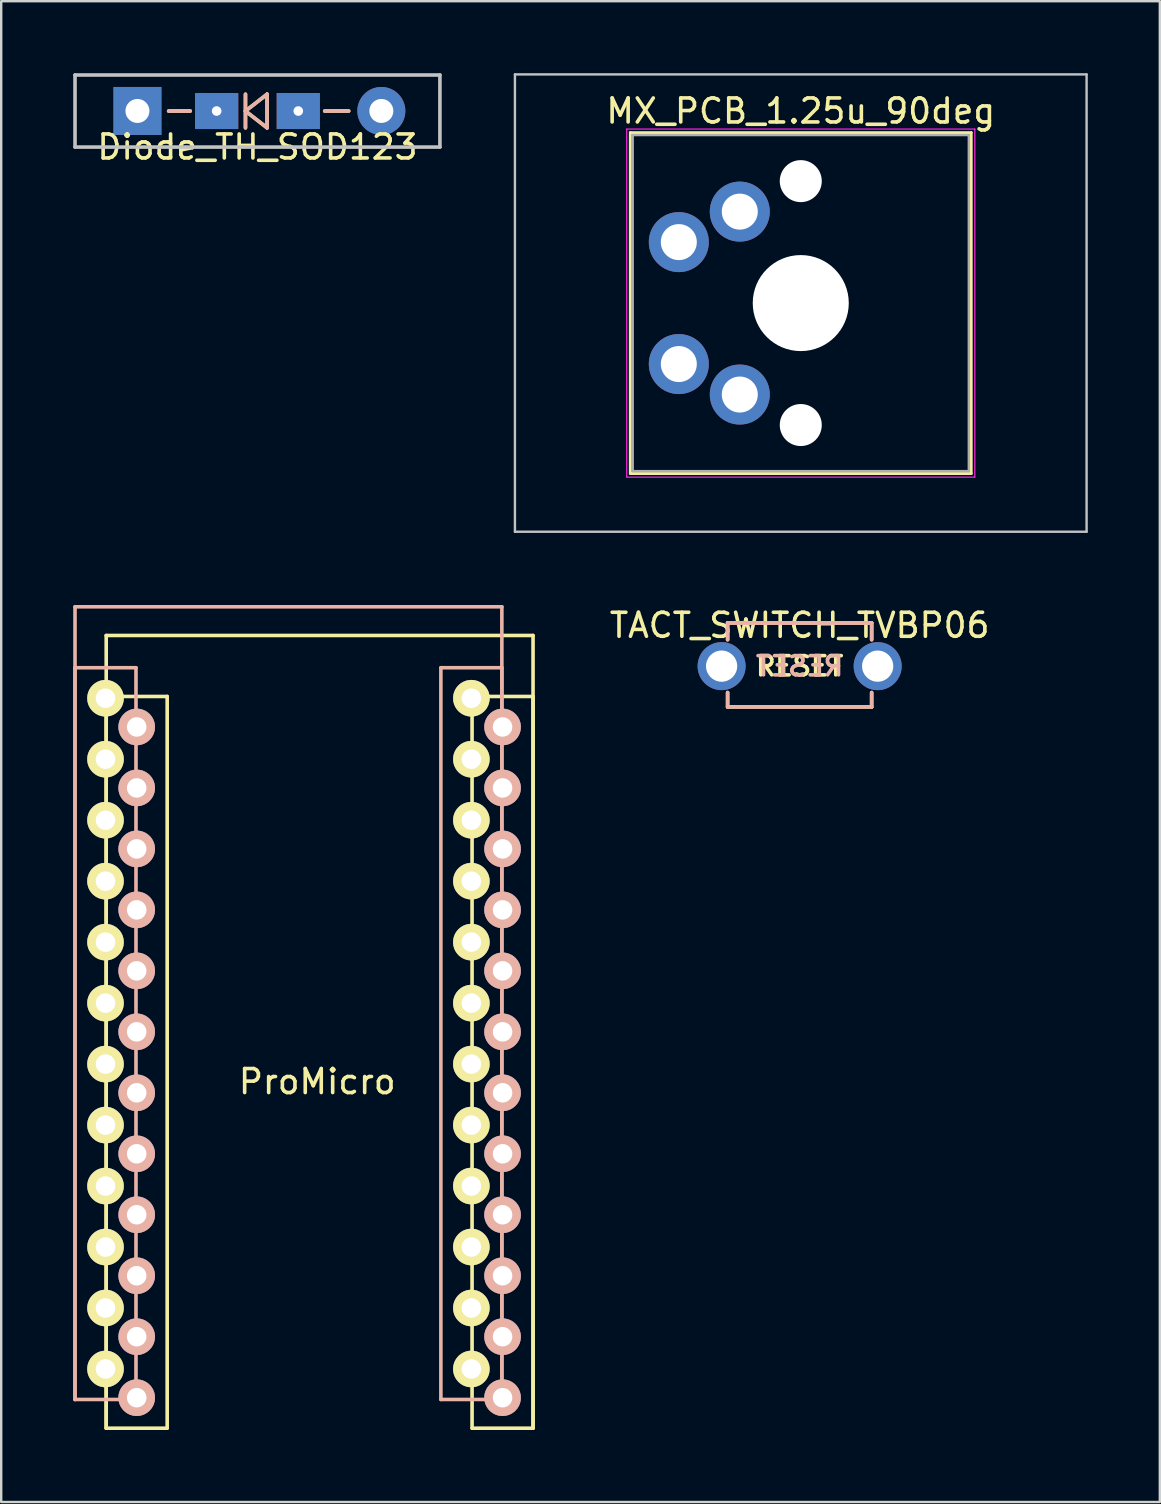
<source format=kicad_pcb>
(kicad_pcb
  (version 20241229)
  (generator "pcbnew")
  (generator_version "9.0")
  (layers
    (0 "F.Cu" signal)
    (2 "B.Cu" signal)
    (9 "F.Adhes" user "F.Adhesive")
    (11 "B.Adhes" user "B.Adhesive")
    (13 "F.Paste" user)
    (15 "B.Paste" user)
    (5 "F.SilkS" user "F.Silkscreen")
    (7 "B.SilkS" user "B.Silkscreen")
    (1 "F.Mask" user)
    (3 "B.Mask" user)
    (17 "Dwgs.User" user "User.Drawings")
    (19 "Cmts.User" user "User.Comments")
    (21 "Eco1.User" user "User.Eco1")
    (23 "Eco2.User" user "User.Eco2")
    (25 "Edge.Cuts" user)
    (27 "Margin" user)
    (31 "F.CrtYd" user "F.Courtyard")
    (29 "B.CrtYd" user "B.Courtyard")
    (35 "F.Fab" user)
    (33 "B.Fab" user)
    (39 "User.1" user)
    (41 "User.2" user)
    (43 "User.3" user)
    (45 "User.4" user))
  (footprint "Diode_TH_SOD123"
    (placed yes)
    (layer "F.Cu")
    (at 7.675 1.575)
    (property "Reference" "Diode_TH_SOD123" (at 0 1.5 0) (layer "F.SilkS") (effects (font (size 1 1) (thickness 0.15))))
    (attr through_hole)
    (fp_line (start -3.7 0) (end -2.8 0) (stroke (width 0.15) (type solid)) (layer "F.SilkS"))
    (fp_line (start -0.5 -0.7) (end -0.5 0.7) (stroke (width 0.15) (type solid)) (layer "F.SilkS"))
    (fp_line (start -0.5 0) (end 0.4 -0.7) (stroke (width 0.15) (type solid)) (layer "F.SilkS"))
    (fp_line (start 0.4 -0.7) (end 0.4 0.7) (stroke (width 0.15) (type solid)) (layer "F.SilkS"))
    (fp_line (start 0.4 0.7) (end -0.5 0) (stroke (width 0.15) (type solid)) (layer "F.SilkS"))
    (fp_line (start 2.8 0) (end 3.8 0) (stroke (width 0.15) (type solid)) (layer "F.SilkS"))
    (fp_line (start -2.8 0) (end -3.7 0) (stroke (width 0.15) (type solid)) (layer "B.SilkS"))
    (fp_line (start -0.5 -0.7) (end -0.5 0.7) (stroke (width 0.15) (type solid)) (layer "B.SilkS"))
    (fp_line (start -0.5 0) (end 0.4 -0.7) (stroke (width 0.15) (type solid)) (layer "B.SilkS"))
    (fp_line (start 0.4 -0.7) (end 0.4 0.7) (stroke (width 0.15) (type solid)) (layer "B.SilkS"))
    (fp_line (start 0.4 0.7) (end -0.5 0) (stroke (width 0.15) (type solid)) (layer "B.SilkS"))
    (fp_line (start 2.8 0) (end 3.8 0) (stroke (width 0.15) (type solid)) (layer "B.SilkS"))
    (fp_line (start -7.6 -1.5) (end -7.6 1.5) (stroke (width 0.15) (type solid)) (layer "Dwgs.User"))
    (fp_line (start -7.6 -1.5) (end 7.6 -1.5) (stroke (width 0.15) (type solid)) (layer "Dwgs.User"))
    (fp_line (start -7.6 1.5) (end 7.6 1.5) (stroke (width 0.15) (type solid)) (layer "Dwgs.User"))
    (fp_line (start 7.6 -1.5) (end 7.6 1.5) (stroke (width 0.15) (type solid)) (layer "Dwgs.User"))
    (pad "1" thru_hole rect (at -5 -0.003 180) (size 1.999 1.999) (drill 1) (layers "*.Cu" "*.Mask"))
    (pad "1" thru_hole rect (at -1.7 0) (size 1.8 1.5) (drill 0.4) (layers "*.Cu" "*.Mask"))
    (pad "2" thru_hole rect (at 1.7 0) (size 1.8 1.5) (drill 0.4) (layers "*.Cu" "*.Mask"))
    (pad "2" thru_hole circle (at 5.16 -0.003 180) (size 1.999 1.999) (drill 1) (layers "*.Cu" "*.Mask")))
  (footprint "TACT_SWITCH_TVBP06"
    (layer "F.Cu")
    (at 30.259 24.698)
    (property "Reference" "TACT_SWITCH_TVBP06" (at 0 -1.7 0) (layer "F.SilkS") (effects (font (size 1 1) (thickness 0.15))))
    (attr through_hole)
    (fp_line (start -3 -1.8) (end -3 -1.1) (stroke (width 0.15) (type solid)) (layer "F.SilkS"))
    (fp_line (start -3 1.7) (end -3 1.1) (stroke (width 0.15) (type solid)) (layer "F.SilkS"))
    (fp_line (start -3 1.7) (end 3 1.7) (stroke (width 0.15) (type solid)) (layer "F.SilkS"))
    (fp_line (start 3 -1.8) (end -3 -1.8) (stroke (width 0.15) (type solid)) (layer "F.SilkS"))
    (fp_line (start 3 -1.8) (end 3 -1.1) (stroke (width 0.15) (type solid)) (layer "F.SilkS"))
    (fp_line (start 3 1.7) (end 3 1.1) (stroke (width 0.15) (type solid)) (layer "F.SilkS"))
    (fp_line (start -3 -1.8) (end -3 -1.1) (stroke (width 0.15) (type solid)) (layer "B.SilkS"))
    (fp_line (start -3 -1.8) (end 2.9 -1.8) (stroke (width 0.15) (type solid)) (layer "B.SilkS"))
    (fp_line (start -3 -1.8) (end 3 -1.8) (stroke (width 0.15) (type solid)) (layer "B.SilkS"))
    (fp_line (start -3 1.7) (end -3 1.1) (stroke (width 0.15) (type solid)) (layer "B.SilkS"))
    (fp_line (start 3 -1.8) (end 3 -1.1) (stroke (width 0.15) (type solid)) (layer "B.SilkS"))
    (fp_line (start 3 1.7) (end -3 1.7) (stroke (width 0.15) (type solid)) (layer "B.SilkS"))
    (fp_line (start 3 1.7) (end 3 1.1) (stroke (width 0.15) (type solid)) (layer "B.SilkS"))
    (fp_text user "RESET" (at 0 0 180) (layer "F.SilkS") (effects (font (size 0.8 0.8) (thickness 0.15))))
    (fp_text user "RESET" (at 0 0 0) (layer "B.SilkS") (effects (font (size 0.8 0.8) (thickness 0.15)) (justify mirror)))
    (pad "1" thru_hole circle (at -3.25 0) (size 2 2) (drill 1.3) (layers "*.Cu" "*.Mask"))
    (pad "2" thru_hole circle (at 3.25 0) (size 2 2) (drill 1.3) (layers "*.Cu" "*.Mask")))
  (footprint "MX_PCB_1.25u_90deg"
    (layer "F.Cu")
    (at 30.306 9.575)
    (property "Reference" "MX_PCB_1.25u_90deg" (at 0 -8 0) (layer "F.SilkS") (effects (font (size 1 1) (thickness 0.15))))
    (attr through_hole)
    (fp_line (start -7.1 -7.1) (end -7.1 7.1) (stroke (width 0.12) (type solid)) (layer "F.SilkS"))
    (fp_line (start -7.1 7.1) (end 7.1 7.1) (stroke (width 0.12) (type solid)) (layer "F.SilkS"))
    (fp_line (start 7.1 -7.1) (end -7.1 -7.1) (stroke (width 0.12) (type solid)) (layer "F.SilkS"))
    (fp_line (start 7.1 7.1) (end 7.1 -7.1) (stroke (width 0.12) (type solid)) (layer "F.SilkS"))
    (fp_line (start -11.906 -9.525) (end -11.906 9.525) (stroke (width 0.1) (type solid)) (layer "Dwgs.User"))
    (fp_line (start -11.906 9.525) (end 11.906 9.525) (stroke (width 0.1) (type solid)) (layer "Dwgs.User"))
    (fp_line (start 11.906 -9.525) (end -11.906 -9.525) (stroke (width 0.1) (type solid)) (layer "Dwgs.User"))
    (fp_line (start 11.906 9.525) (end 11.906 -9.525) (stroke (width 0.1) (type solid)) (layer "Dwgs.User"))
    (fp_line (start -7 -7) (end -7 7) (stroke (width 0.1) (type solid)) (layer "Eco1.User"))
    (fp_line (start -7 7) (end 7 7) (stroke (width 0.1) (type solid)) (layer "Eco1.User"))
    (fp_line (start 7 -7) (end -7 -7) (stroke (width 0.1) (type solid)) (layer "Eco1.User"))
    (fp_line (start 7 7) (end 7 -7) (stroke (width 0.1) (type solid)) (layer "Eco1.User"))
    (fp_line (start -7.25 -7.25) (end -7.25 7.25) (stroke (width 0.05) (type solid)) (layer "F.CrtYd"))
    (fp_line (start -7.25 7.25) (end 7.25 7.25) (stroke (width 0.05) (type solid)) (layer "F.CrtYd"))
    (fp_line (start 7.25 -7.25) (end -7.25 -7.25) (stroke (width 0.05) (type solid)) (layer "F.CrtYd"))
    (fp_line (start 7.25 7.25) (end 7.25 -7.25) (stroke (width 0.05) (type solid)) (layer "F.CrtYd"))
    (fp_line (start -7 -7) (end -7 7) (stroke (width 0.1) (type solid)) (layer "F.Fab"))
    (fp_line (start -7 7) (end 7 7) (stroke (width 0.1) (type solid)) (layer "F.Fab"))
    (fp_line (start 7 -7) (end -7 -7) (stroke (width 0.1) (type solid)) (layer "F.Fab"))
    (fp_line (start 7 7) (end 7 -7) (stroke (width 0.1) (type solid)) (layer "F.Fab"))
    (pad "" np_thru_hole circle (at 0 -5.08 90) (size 1.75 1.75) (drill 1.75) (layers "*.Cu" "*.Mask"))
    (pad "" np_thru_hole circle (at 0 0 90) (size 4 4) (drill 4) (layers "*.Cu" "*.Mask"))
    (pad "" np_thru_hole circle (at 0 5.08 90) (size 1.75 1.75) (drill 1.75) (layers "*.Cu" "*.Mask"))
    (pad "1" thru_hole circle (at -5.08 2.54 180) (size 2.5 2.5) (drill 1.5) (layers "*.Cu" "*.Mask"))
    (pad "1" thru_hole circle (at -2.54 3.81 90) (size 2.5 2.5) (drill 1.5) (layers "*.Cu" "*.Mask"))
    (pad "2" thru_hole circle (at -5.08 -2.54 90) (size 2.5 2.5) (drill 1.5) (layers "*.Cu" "*.Mask"))
    (pad "2" thru_hole circle (at -2.54 -3.81 90) (size 2.5 2.5) (drill 1.5) (layers "*.Cu" "*.Mask")))
  (footprint "ProMicro"
    (layer "F.Cu")
    (at 10.165 40.805)
    (property "Reference" "ProMicro" (at 0 1.2 0) (layer "F.SilkS") (effects (font (size 1 1) (thickness 0.15))))
    (attr through_hole)
    (fp_line (start -8.791 -17.384) (end -8.791 15.636) (stroke (width 0.15) (type solid)) (layer "F.SilkS"))
    (fp_line (start -8.791 -14.844) (end -8.791 15.636) (stroke (width 0.15) (type solid)) (layer "F.SilkS"))
    (fp_line (start -8.791 15.636) (end -6.251 15.636) (stroke (width 0.15) (type solid)) (layer "F.SilkS"))
    (fp_line (start -6.251 -14.844) (end -8.791 -14.844) (stroke (width 0.15) (type solid)) (layer "F.SilkS"))
    (fp_line (start -6.251 15.636) (end -6.251 -14.844) (stroke (width 0.15) (type solid)) (layer "F.SilkS"))
    (fp_line (start 6.449 -14.844) (end 6.449 15.636) (stroke (width 0.15) (type solid)) (layer "F.SilkS"))
    (fp_line (start 6.449 15.636) (end 8.989 15.636) (stroke (width 0.15) (type solid)) (layer "F.SilkS"))
    (fp_line (start 8.989 -17.384) (end -8.791 -17.384) (stroke (width 0.15) (type solid)) (layer "F.SilkS"))
    (fp_line (start 8.989 -14.844) (end 6.449 -14.844) (stroke (width 0.15) (type solid)) (layer "F.SilkS"))
    (fp_line (start 8.989 15.636) (end 8.989 -17.384) (stroke (width 0.15) (type solid)) (layer "F.SilkS"))
    (fp_line (start 8.989 15.636) (end 8.989 -14.844) (stroke (width 0.15) (type solid)) (layer "F.SilkS"))
    (fp_line (start -10.09 -18.58) (end 7.69 -18.58) (stroke (width 0.15) (type solid)) (layer "B.SilkS"))
    (fp_line (start -10.09 -16.04) (end -7.55 -16.04) (stroke (width 0.15) (type solid)) (layer "B.SilkS"))
    (fp_line (start -10.09 14.44) (end -10.09 -18.58) (stroke (width 0.15) (type solid)) (layer "B.SilkS"))
    (fp_line (start -10.09 14.44) (end -10.09 -16.04) (stroke (width 0.15) (type solid)) (layer "B.SilkS"))
    (fp_line (start -7.55 -16.04) (end -7.55 14.44) (stroke (width 0.15) (type solid)) (layer "B.SilkS"))
    (fp_line (start -7.55 14.44) (end -10.09 14.44) (stroke (width 0.15) (type solid)) (layer "B.SilkS"))
    (fp_line (start 5.15 -16.04) (end 7.69 -16.04) (stroke (width 0.15) (type solid)) (layer "B.SilkS"))
    (fp_line (start 5.15 14.44) (end 5.15 -16.04) (stroke (width 0.15) (type solid)) (layer "B.SilkS"))
    (fp_line (start 7.69 -18.58) (end 7.69 14.44) (stroke (width 0.15) (type solid)) (layer "B.SilkS"))
    (fp_line (start 7.69 -16.04) (end 7.69 14.44) (stroke (width 0.15) (type solid)) (layer "B.SilkS"))
    (fp_line (start 7.69 14.44) (end 5.15 14.44) (stroke (width 0.15) (type solid)) (layer "B.SilkS"))
    (pad "1" thru_hole circle (at -8.82 -14.77) (size 1.524 1.524) (drill 0.813) (layers "*.Cu" "*.Mask" "F.SilkS"))
    (pad "1" thru_hole circle (at 7.719 -13.574 180) (size 1.524 1.524) (drill 0.813) (layers "*.Cu" "*.Mask" "B.SilkS"))
    (pad "2" thru_hole circle (at -8.82 -12.23) (size 1.524 1.524) (drill 0.813) (layers "*.Cu" "*.Mask" "F.SilkS"))
    (pad "2" thru_hole circle (at 7.719 -11.034 180) (size 1.524 1.524) (drill 0.813) (layers "*.Cu" "*.Mask" "B.SilkS"))
    (pad "3" thru_hole circle (at -8.82 -9.69) (size 1.524 1.524) (drill 0.813) (layers "*.Cu" "*.Mask" "F.SilkS"))
    (pad "3" thru_hole circle (at 7.719 -8.494 180) (size 1.524 1.524) (drill 0.813) (layers "*.Cu" "*.Mask" "B.SilkS"))
    (pad "4" thru_hole circle (at -8.82 -7.15) (size 1.524 1.524) (drill 0.813) (layers "*.Cu" "*.Mask" "F.SilkS"))
    (pad "4" thru_hole circle (at 7.719 -5.954 180) (size 1.524 1.524) (drill 0.813) (layers "*.Cu" "*.Mask" "B.SilkS"))
    (pad "5" thru_hole circle (at -8.82 -4.61) (size 1.524 1.524) (drill 0.813) (layers "*.Cu" "*.Mask" "F.SilkS"))
    (pad "5" thru_hole circle (at 7.719 -3.414 180) (size 1.524 1.524) (drill 0.813) (layers "*.Cu" "*.Mask" "B.SilkS"))
    (pad "6" thru_hole circle (at -8.82 -2.07) (size 1.524 1.524) (drill 0.813) (layers "*.Cu" "*.Mask" "F.SilkS"))
    (pad "6" thru_hole circle (at 7.719 -0.874 180) (size 1.524 1.524) (drill 0.813) (layers "*.Cu" "*.Mask" "B.SilkS"))
    (pad "7" thru_hole circle (at -8.82 0.47) (size 1.524 1.524) (drill 0.813) (layers "*.Cu" "*.Mask" "F.SilkS"))
    (pad "7" thru_hole circle (at 7.719 1.666 180) (size 1.524 1.524) (drill 0.813) (layers "*.Cu" "*.Mask" "B.SilkS"))
    (pad "8" thru_hole circle (at -8.82 3.01) (size 1.524 1.524) (drill 0.813) (layers "*.Cu" "*.Mask" "F.SilkS"))
    (pad "8" thru_hole circle (at 7.719 4.206 180) (size 1.524 1.524) (drill 0.813) (layers "*.Cu" "*.Mask" "B.SilkS"))
    (pad "9" thru_hole circle (at -8.82 5.55) (size 1.524 1.524) (drill 0.813) (layers "*.Cu" "*.Mask" "F.SilkS"))
    (pad "9" thru_hole circle (at 7.719 6.746 180) (size 1.524 1.524) (drill 0.813) (layers "*.Cu" "*.Mask" "B.SilkS"))
    (pad "10" thru_hole circle (at -8.82 8.09) (size 1.524 1.524) (drill 0.813) (layers "*.Cu" "*.Mask" "F.SilkS"))
    (pad "10" thru_hole circle (at 7.719 9.286 180) (size 1.524 1.524) (drill 0.813) (layers "*.Cu" "*.Mask" "B.SilkS"))
    (pad "11" thru_hole circle (at -8.82 10.63) (size 1.524 1.524) (drill 0.813) (layers "*.Cu" "*.Mask" "F.SilkS"))
    (pad "11" thru_hole circle (at 7.719 11.826 180) (size 1.524 1.524) (drill 0.813) (layers "*.Cu" "*.Mask" "B.SilkS"))
    (pad "12" thru_hole circle (at -8.82 13.17) (size 1.524 1.524) (drill 0.813) (layers "*.Cu" "*.Mask" "F.SilkS"))
    (pad "12" thru_hole circle (at 7.719 14.366 180) (size 1.524 1.524) (drill 0.813) (layers "*.Cu" "*.Mask" "B.SilkS"))
    (pad "13" thru_hole circle (at -7.521 14.366 180) (size 1.524 1.524) (drill 0.813) (layers "*.Cu" "*.Mask" "B.SilkS"))
    (pad "13" thru_hole circle (at 6.42 13.17) (size 1.524 1.524) (drill 0.813) (layers "*.Cu" "*.Mask" "F.SilkS"))
    (pad "14" thru_hole circle (at -7.521 11.826 180) (size 1.524 1.524) (drill 0.813) (layers "*.Cu" "*.Mask" "B.SilkS"))
    (pad "14" thru_hole circle (at 6.42 10.63) (size 1.524 1.524) (drill 0.813) (layers "*.Cu" "*.Mask" "F.SilkS"))
    (pad "15" thru_hole circle (at -7.521 9.286 180) (size 1.524 1.524) (drill 0.813) (layers "*.Cu" "*.Mask" "B.SilkS"))
    (pad "15" thru_hole circle (at 6.42 8.09) (size 1.524 1.524) (drill 0.813) (layers "*.Cu" "*.Mask" "F.SilkS"))
    (pad "16" thru_hole circle (at -7.521 6.746 180) (size 1.524 1.524) (drill 0.813) (layers "*.Cu" "*.Mask" "B.SilkS"))
    (pad "16" thru_hole circle (at 6.42 5.55) (size 1.524 1.524) (drill 0.813) (layers "*.Cu" "*.Mask" "F.SilkS"))
    (pad "17" thru_hole circle (at -7.521 4.206 180) (size 1.524 1.524) (drill 0.813) (layers "*.Cu" "*.Mask" "B.SilkS"))
    (pad "17" thru_hole circle (at 6.42 3.01) (size 1.524 1.524) (drill 0.813) (layers "*.Cu" "*.Mask" "F.SilkS"))
    (pad "18" thru_hole circle (at -7.521 1.666 180) (size 1.524 1.524) (drill 0.813) (layers "*.Cu" "*.Mask" "B.SilkS"))
    (pad "18" thru_hole circle (at 6.42 0.47) (size 1.524 1.524) (drill 0.813) (layers "*.Cu" "*.Mask" "F.SilkS"))
    (pad "19" thru_hole circle (at -7.521 -0.874 180) (size 1.524 1.524) (drill 0.813) (layers "*.Cu" "*.Mask" "B.SilkS"))
    (pad "19" thru_hole circle (at 6.42 -2.07) (size 1.524 1.524) (drill 0.813) (layers "*.Cu" "*.Mask" "F.SilkS"))
    (pad "20" thru_hole circle (at -7.521 -3.414 180) (size 1.524 1.524) (drill 0.813) (layers "*.Cu" "*.Mask" "B.SilkS"))
    (pad "20" thru_hole circle (at 6.42 -4.61) (size 1.524 1.524) (drill 0.813) (layers "*.Cu" "*.Mask" "F.SilkS"))
    (pad "21" thru_hole circle (at -7.521 -5.954 180) (size 1.524 1.524) (drill 0.813) (layers "*.Cu" "*.Mask" "B.SilkS"))
    (pad "21" thru_hole circle (at 6.42 -7.15) (size 1.524 1.524) (drill 0.813) (layers "*.Cu" "*.Mask" "F.SilkS"))
    (pad "22" thru_hole circle (at -7.521 -8.494 180) (size 1.524 1.524) (drill 0.813) (layers "*.Cu" "*.Mask" "B.SilkS"))
    (pad "22" thru_hole circle (at 6.42 -9.69) (size 1.524 1.524) (drill 0.813) (layers "*.Cu" "*.Mask" "F.SilkS"))
    (pad "23" thru_hole circle (at -7.521 -11.034 180) (size 1.524 1.524) (drill 0.813) (layers "*.Cu" "*.Mask" "B.SilkS"))
    (pad "23" thru_hole circle (at 6.42 -12.23) (size 1.524 1.524) (drill 0.813) (layers "*.Cu" "*.Mask" "F.SilkS"))
    (pad "24" thru_hole circle (at -7.521 -13.574 180) (size 1.524 1.524) (drill 0.813) (layers "*.Cu" "*.Mask" "B.SilkS"))
    (pad "24" thru_hole circle (at 6.42 -14.77) (size 1.524 1.524) (drill 0.813) (layers "*.Cu" "*.Mask" "F.SilkS")))
  (gr_rect
    (start -3 -3)
    (end 45.263 59.516)
    (stroke (width 0.1) (type default))
    (fill no)
    (layer "Edge.Cuts")))
</source>
